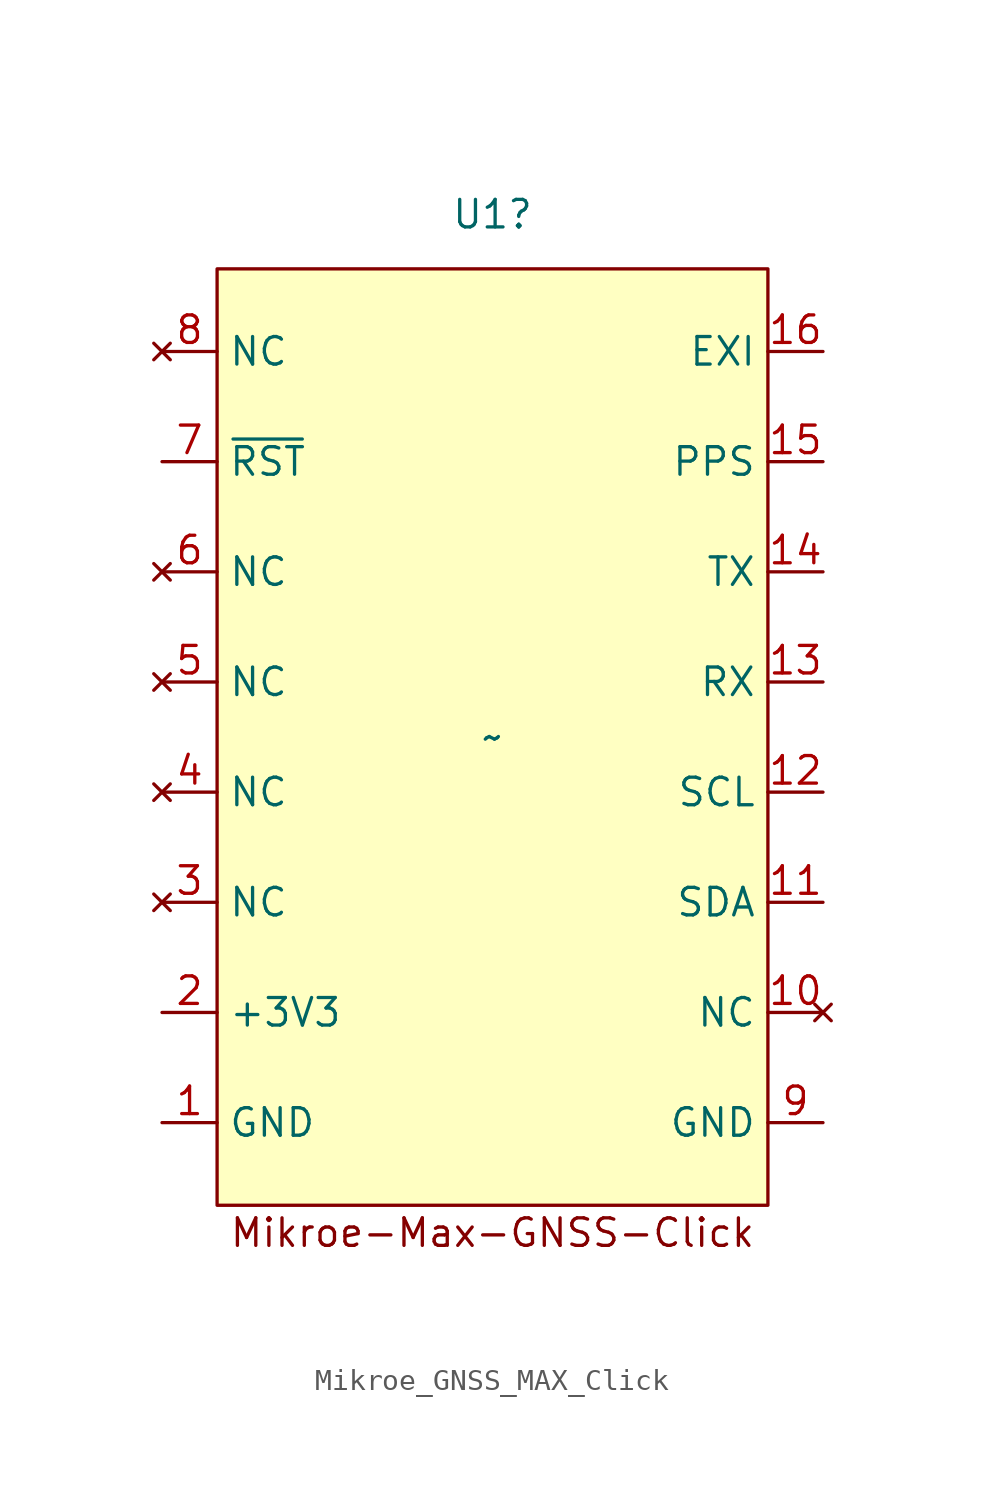
<source format=kicad_sym>
(kicad_symbol_lib
  (version 20231120)
  (generator "kicad_symbol_editor")
  (generator_version "8.0")
  (symbol "Mikroe_GNSS_MAX_Click"
    (property "Reference" "U1"
      (at 0 24.105 0)
      (effects (font (size 1.27 1.27))))
    (property "Value" "~"
      (at 0 0 0)
      (effects (font (size 1.27 1.27))))
    (symbol "Mikroe_GNSS_MAX_Click_1_1"
      (rectangle (start -12.7 21.59) (end 12.7 -21.59) (stroke (width 0) (type default)) (fill (type background)))
      (text "Mikroe-Max-GNSS-Click\n" (at 0 -22.86 0) (effects (font (size 1.27 1.27))))
      (pin power_in line (at -15.24 -17.78 0) (length 2.54) (name "GND" (effects (font (size 1.27 1.27)))) (number "1" (effects (font (size 1.27 1.27)))))
      (pin no_connect line (at 15.24 -12.7 180) (length 2.54) (name "NC" (effects (font (size 1.27 1.27)))) (number "10" (effects (font (size 1.27 1.27)))))
      (pin bidirectional line (at 15.24 -7.62 180) (length 2.54) (name "SDA" (effects (font (size 1.27 1.27)))) (number "11" (effects (font (size 1.27 1.27)))))
      (pin input line (at 15.24 -2.54 180) (length 2.54) (name "SCL" (effects (font (size 1.27 1.27)))) (number "12" (effects (font (size 1.27 1.27)))))
      (pin input line (at 15.24 2.54 180) (length 2.54) (name "RX" (effects (font (size 1.27 1.27)))) (number "13" (effects (font (size 1.27 1.27)))))
      (pin output line (at 15.24 7.62 180) (length 2.54) (name "TX" (effects (font (size 1.27 1.27)))) (number "14" (effects (font (size 1.27 1.27)))))
      (pin output line (at 15.24 12.7 180) (length 2.54) (name "PPS" (effects (font (size 1.27 1.27)))) (number "15" (effects (font (size 1.27 1.27)))))
      (pin input line (at 15.24 17.78 180) (length 2.54) (name "EXI" (effects (font (size 1.27 1.27)))) (number "16" (effects (font (size 1.27 1.27)))))
      (pin power_in line (at -15.24 -12.7 0) (length 2.54) (name "+3V3" (effects (font (size 1.27 1.27)))) (number "2" (effects (font (size 1.27 1.27)))))
      (pin no_connect line (at -15.24 -7.62 0) (length 2.54) (name "NC" (effects (font (size 1.27 1.27)))) (number "3" (effects (font (size 1.27 1.27)))))
      (pin no_connect line (at -15.24 -2.54 0) (length 2.54) (name "NC" (effects (font (size 1.27 1.27)))) (number "4" (effects (font (size 1.27 1.27)))))
      (pin no_connect line (at -15.24 2.54 0) (length 2.54) (name "NC" (effects (font (size 1.27 1.27)))) (number "5" (effects (font (size 1.27 1.27)))))
      (pin no_connect line (at -15.24 7.62 0) (length 2.54) (name "NC" (effects (font (size 1.27 1.27)))) (number "6" (effects (font (size 1.27 1.27)))))
      (pin input line (at -15.24 12.7 0) (length 2.54) (name "~{RST}" (effects (font (size 1.27 1.27)))) (number "7" (effects (font (size 1.27 1.27)))))
      (pin no_connect line (at -15.24 17.78 0) (length 2.54) (name "NC" (effects (font (size 1.27 1.27)))) (number "8" (effects (font (size 1.27 1.27)))))
      (pin power_in line (at 15.24 -17.78 180) (length 2.54) (name "GND" (effects (font (size 1.27 1.27)))) (number "9" (effects (font (size 1.27 1.27))))))))
</source>
